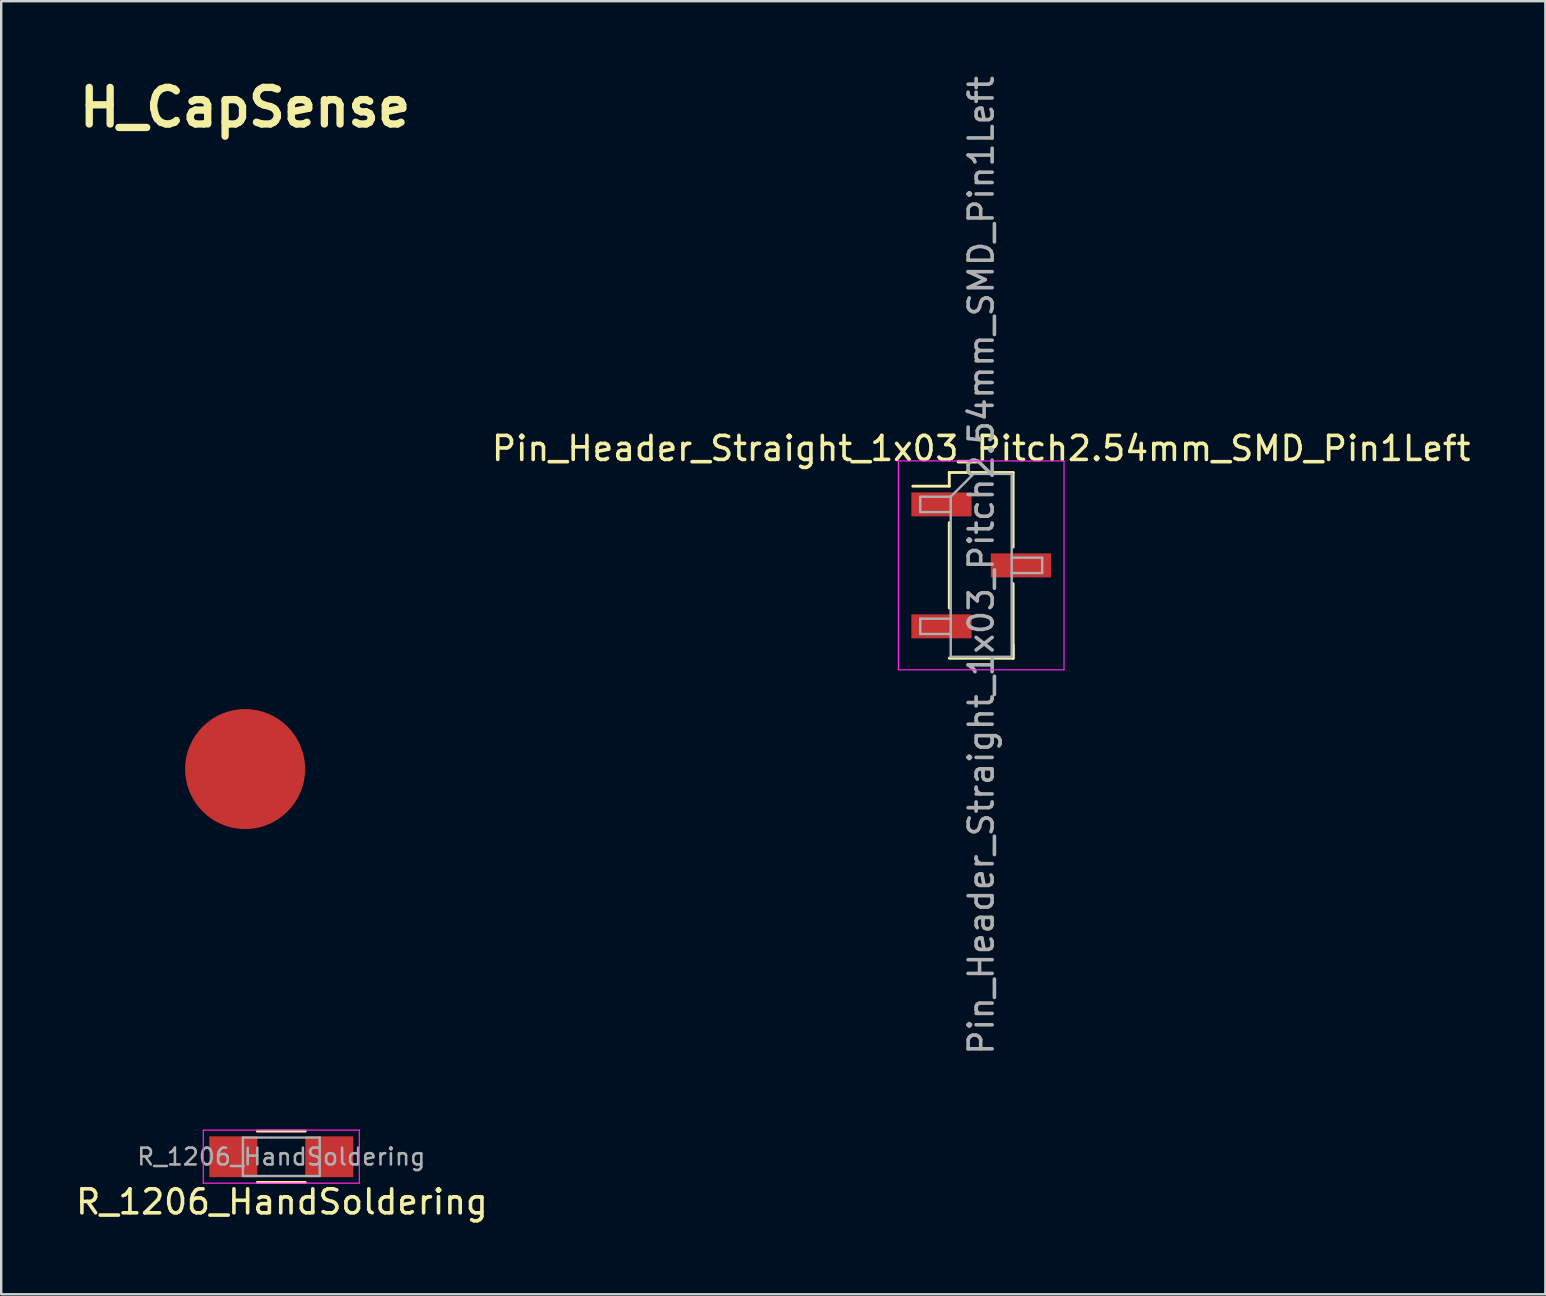
<source format=kicad_pcb>
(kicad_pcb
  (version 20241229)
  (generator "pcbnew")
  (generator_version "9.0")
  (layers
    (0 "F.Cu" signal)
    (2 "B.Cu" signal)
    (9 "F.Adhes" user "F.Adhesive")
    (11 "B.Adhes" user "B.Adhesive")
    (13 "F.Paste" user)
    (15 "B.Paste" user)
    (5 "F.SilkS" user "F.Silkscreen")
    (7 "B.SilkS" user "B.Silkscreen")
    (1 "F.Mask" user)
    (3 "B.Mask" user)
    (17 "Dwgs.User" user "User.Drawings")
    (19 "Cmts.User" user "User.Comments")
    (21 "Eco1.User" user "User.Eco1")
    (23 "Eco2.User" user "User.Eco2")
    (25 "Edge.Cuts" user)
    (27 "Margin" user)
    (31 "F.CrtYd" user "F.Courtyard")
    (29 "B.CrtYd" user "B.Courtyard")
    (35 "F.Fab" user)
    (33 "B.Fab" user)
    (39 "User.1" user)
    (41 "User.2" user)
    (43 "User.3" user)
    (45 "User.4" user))
  (footprint "Pin_Header_Straight_1x03_Pitch2.54mm_SMD_Pin1Left"
    (layer "F.Cu")
    (at 37.832 20.506)
    (property "Reference" "Pin_Header_Straight_1x03_Pitch2.54mm_SMD_Pin1Left" (at 0 -4.87 0) (layer "F.SilkS") (effects (font (size 1 1) (thickness 0.15))))
    (attr smd)
    (fp_line (start -1.33 -3.87) (end -1.33 -3.3) (stroke (width 0.12) (type solid)) (layer "F.SilkS"))
    (fp_line (start -1.33 -3.87) (end 1.33 -3.87) (stroke (width 0.12) (type solid)) (layer "F.SilkS"))
    (fp_line (start -1.33 -3.3) (end -2.85 -3.3) (stroke (width 0.12) (type solid)) (layer "F.SilkS"))
    (fp_line (start -1.33 -1.78) (end -1.33 1.78) (stroke (width 0.12) (type solid)) (layer "F.SilkS"))
    (fp_line (start -1.33 3.87) (end 1.33 3.87) (stroke (width 0.12) (type solid)) (layer "F.SilkS"))
    (fp_line (start 1.33 -3.87) (end 1.33 -0.76) (stroke (width 0.12) (type solid)) (layer "F.SilkS"))
    (fp_line (start 1.33 0.76) (end 1.33 3.87) (stroke (width 0.12) (type solid)) (layer "F.SilkS"))
    (fp_line (start 1.33 3.3) (end 1.33 3.87) (stroke (width 0.12) (type solid)) (layer "F.SilkS"))
    (fp_line (start -3.45 -4.35) (end -3.45 4.35) (stroke (width 0.05) (type solid)) (layer "F.CrtYd"))
    (fp_line (start -3.45 4.35) (end 3.45 4.35) (stroke (width 0.05) (type solid)) (layer "F.CrtYd"))
    (fp_line (start 3.45 -4.35) (end -3.45 -4.35) (stroke (width 0.05) (type solid)) (layer "F.CrtYd"))
    (fp_line (start 3.45 4.35) (end 3.45 -4.35) (stroke (width 0.05) (type solid)) (layer "F.CrtYd"))
    (fp_line (start -2.54 -2.86) (end -2.54 -2.22) (stroke (width 0.1) (type solid)) (layer "F.Fab"))
    (fp_line (start -2.54 -2.22) (end -1.27 -2.22) (stroke (width 0.1) (type solid)) (layer "F.Fab"))
    (fp_line (start -2.54 2.22) (end -2.54 2.86) (stroke (width 0.1) (type solid)) (layer "F.Fab"))
    (fp_line (start -2.54 2.86) (end -1.27 2.86) (stroke (width 0.1) (type solid)) (layer "F.Fab"))
    (fp_line (start -1.27 -2.86) (end -2.54 -2.86) (stroke (width 0.1) (type solid)) (layer "F.Fab"))
    (fp_line (start -1.27 -2.86) (end -0.32 -3.81) (stroke (width 0.1) (type solid)) (layer "F.Fab"))
    (fp_line (start -1.27 2.22) (end -2.54 2.22) (stroke (width 0.1) (type solid)) (layer "F.Fab"))
    (fp_line (start -1.27 3.81) (end -1.27 -2.86) (stroke (width 0.1) (type solid)) (layer "F.Fab"))
    (fp_line (start -0.32 -3.81) (end 1.27 -3.81) (stroke (width 0.1) (type solid)) (layer "F.Fab"))
    (fp_line (start 1.27 -3.81) (end 1.27 3.81) (stroke (width 0.1) (type solid)) (layer "F.Fab"))
    (fp_line (start 1.27 -0.32) (end 2.54 -0.32) (stroke (width 0.1) (type solid)) (layer "F.Fab"))
    (fp_line (start 1.27 3.81) (end -1.27 3.81) (stroke (width 0.1) (type solid)) (layer "F.Fab"))
    (fp_line (start 2.54 -0.32) (end 2.54 0.32) (stroke (width 0.1) (type solid)) (layer "F.Fab"))
    (fp_line (start 2.54 0.32) (end 1.27 0.32) (stroke (width 0.1) (type solid)) (layer "F.Fab"))
    (fp_text user "${REFERENCE}" (at 0 0 90) (layer "F.Fab") (effects (font (size 1 1) (thickness 0.15))))
    (pad "1" smd rect (at -1.655 -2.54) (size 2.51 1) (layers "F.Cu" "F.Mask" "F.Paste"))
    (pad "2" smd rect (at 1.655 0) (size 2.51 1) (layers "F.Cu" "F.Mask" "F.Paste"))
    (pad "3" smd rect (at -1.655 2.54) (size 2.51 1) (layers "F.Cu" "F.Mask" "F.Paste")))
  (footprint "R_1206_HandSoldering"
    (layer "F.Cu")
    (at 8.671 45.147)
    (property "Reference" "R_1206_HandSoldering" (at 0.025 1.88 0) (layer "F.SilkS") (effects (font (size 1 1) (thickness 0.15))))
    (attr smd)
    (fp_line (start -1 -1.07) (end 1 -1.07) (stroke (width 0.12) (type solid)) (layer "F.SilkS"))
    (fp_line (start 1 1.07) (end -1 1.07) (stroke (width 0.12) (type solid)) (layer "F.SilkS"))
    (fp_line (start -3.25 -1.11) (end -3.25 1.1) (stroke (width 0.05) (type solid)) (layer "F.CrtYd"))
    (fp_line (start -3.25 -1.11) (end 3.25 -1.11) (stroke (width 0.05) (type solid)) (layer "F.CrtYd"))
    (fp_line (start 3.25 1.1) (end -3.25 1.1) (stroke (width 0.05) (type solid)) (layer "F.CrtYd"))
    (fp_line (start 3.25 1.1) (end 3.25 -1.11) (stroke (width 0.05) (type solid)) (layer "F.CrtYd"))
    (fp_line (start -1.6 -0.8) (end 1.6 -0.8) (stroke (width 0.1) (type solid)) (layer "F.Fab"))
    (fp_line (start -1.6 0.8) (end -1.6 -0.8) (stroke (width 0.1) (type solid)) (layer "F.Fab"))
    (fp_line (start 1.6 -0.8) (end 1.6 0.8) (stroke (width 0.1) (type solid)) (layer "F.Fab"))
    (fp_line (start 1.6 0.8) (end -1.6 0.8) (stroke (width 0.1) (type solid)) (layer "F.Fab"))
    (fp_text user "${REFERENCE}" (at 0 0 0) (layer "F.Fab") (effects (font (size 0.7 0.7) (thickness 0.105))))
    (pad "1" smd rect (at -2 0) (size 2 1.7) (layers "F.Cu" "F.Mask" "F.Paste"))
    (pad "2" smd rect (at 2 0) (size 2 1.7) (layers "F.Cu" "F.Mask" "F.Paste")))
  (footprint "H_CapSense"
    (layer "F.Cu")
    (at 7.163 28.993)
    (property "Reference" "H_CapSense" (at 0 -27.567 0) (layer "F.SilkS") (effects (font (size 1.524 1.524) (thickness 0.305))))
    (attr smd)
    (pad "1" smd oval (at 0 0) (size 5 5) (layers "F.Cu" "F.Mask" "F.Paste")))
  (gr_rect
    (start -3 -3)
    (end 61.338 50.875)
    (stroke (width 0.1) (type default))
    (fill no)
    (layer "Edge.Cuts")))
</source>
